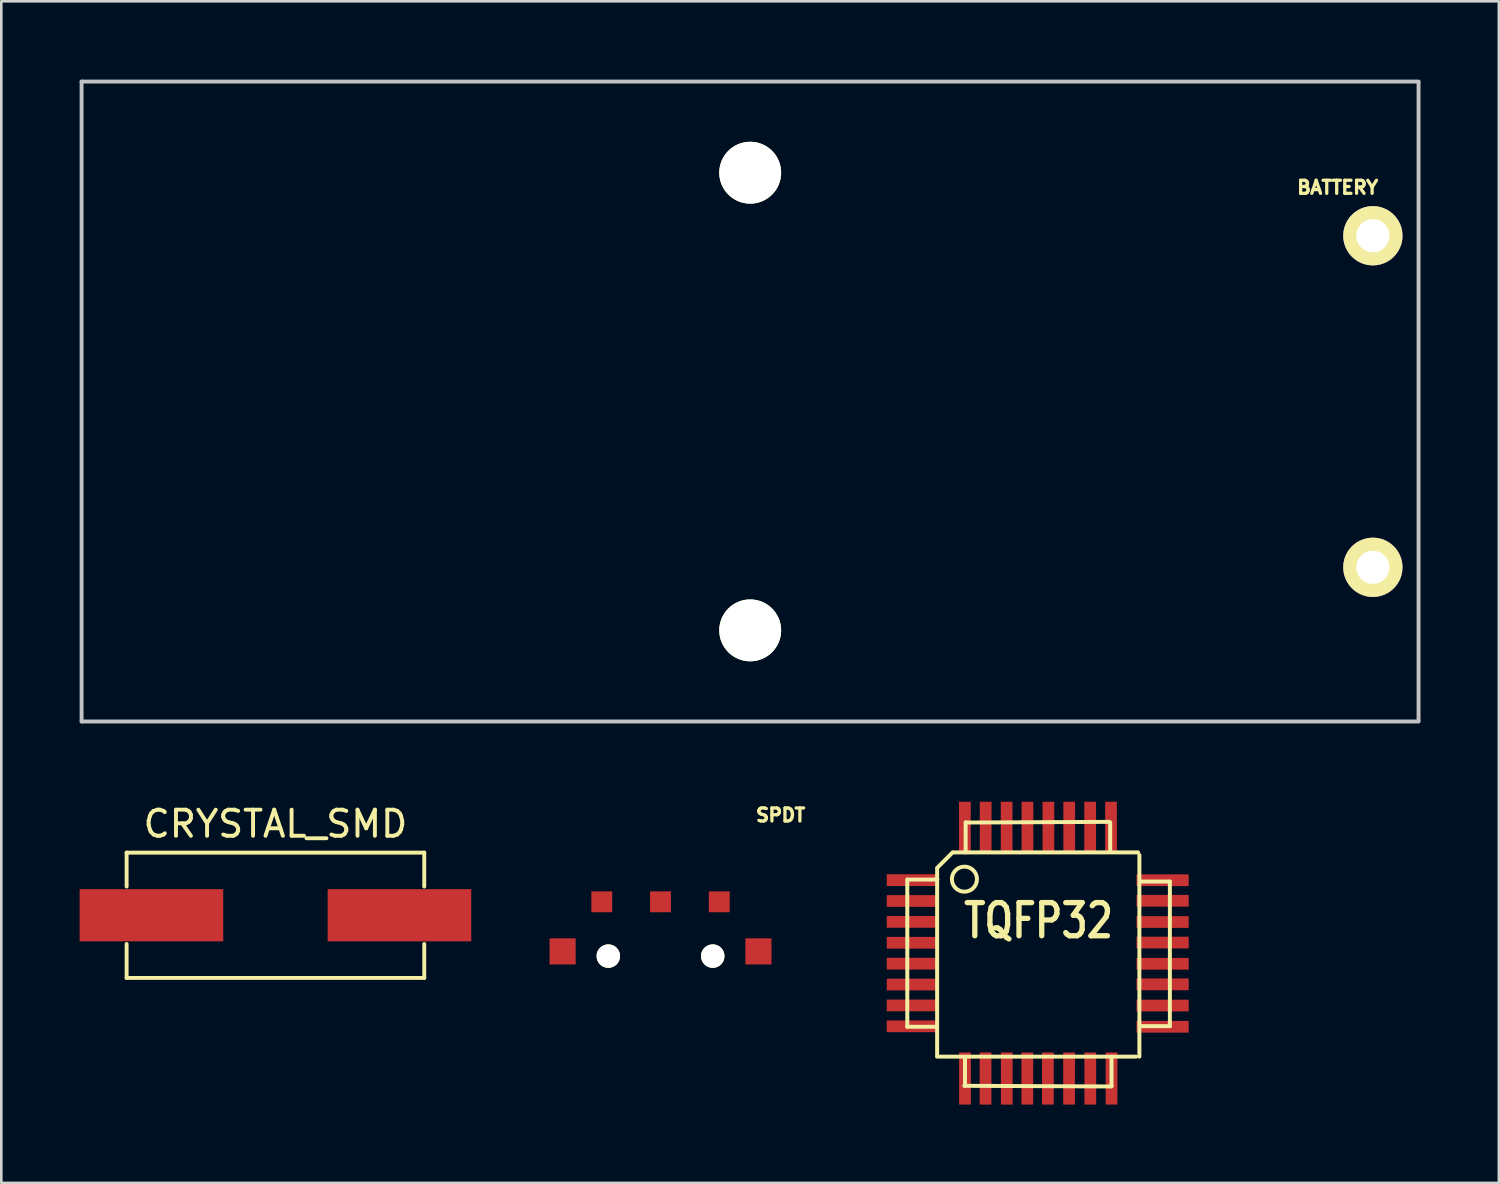
<source format=kicad_pcb>
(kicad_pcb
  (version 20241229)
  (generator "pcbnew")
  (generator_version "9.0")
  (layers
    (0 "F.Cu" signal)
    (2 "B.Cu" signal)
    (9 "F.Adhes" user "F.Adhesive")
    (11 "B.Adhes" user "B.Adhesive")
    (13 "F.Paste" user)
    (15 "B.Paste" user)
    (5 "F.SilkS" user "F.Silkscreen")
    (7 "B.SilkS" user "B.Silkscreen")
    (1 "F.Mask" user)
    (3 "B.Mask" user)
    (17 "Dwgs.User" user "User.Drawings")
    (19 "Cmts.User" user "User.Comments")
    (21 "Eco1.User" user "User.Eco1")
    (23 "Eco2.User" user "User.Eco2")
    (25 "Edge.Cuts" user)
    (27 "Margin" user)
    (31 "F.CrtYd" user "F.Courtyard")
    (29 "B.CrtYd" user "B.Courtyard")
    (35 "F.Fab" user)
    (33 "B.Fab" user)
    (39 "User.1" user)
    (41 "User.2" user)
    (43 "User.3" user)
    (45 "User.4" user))
  (footprint "TQFP32"
    (layer "F.Cu")
    (at 36.731 33.485)
    (property "Reference" "TQFP32" (at 0 -1.27 0) (layer "F.SilkS") (effects (font (size 1.27 1.016) (thickness 0.203))))
    (attr through_hole)
    (fp_line (start -5.029 -2.845) (end -5.029 2.794) (stroke (width 0.152) (type solid)) (layer "F.SilkS"))
    (fp_line (start -5.029 2.794) (end -3.886 2.794) (stroke (width 0.152) (type solid)) (layer "F.SilkS"))
    (fp_line (start -5.024 -2.845) (end -3.876 -2.845) (stroke (width 0.152) (type solid)) (layer "F.SilkS"))
    (fp_line (start -3.886 -3.277) (end -3.886 3.912) (stroke (width 0.152) (type solid)) (layer "F.SilkS"))
    (fp_line (start -3.886 3.937) (end 3.734 3.937) (stroke (width 0.152) (type solid)) (layer "F.SilkS"))
    (fp_line (start -3.876 -3.302) (end -3.292 -3.886) (stroke (width 0.152) (type solid)) (layer "F.SilkS"))
    (fp_line (start -3.251 -3.886) (end 3.81 -3.886) (stroke (width 0.152) (type solid)) (layer "F.SilkS"))
    (fp_line (start -2.845 5.055) (end 2.794 5.08) (stroke (width 0.152) (type solid)) (layer "F.SilkS"))
    (fp_line (start -2.819 3.988) (end -2.819 5.055) (stroke (width 0.152) (type solid)) (layer "F.SilkS"))
    (fp_line (start -2.794 -5.029) (end 2.718 -5.055) (stroke (width 0.152) (type solid)) (layer "F.SilkS"))
    (fp_line (start -2.794 -3.886) (end -2.794 -5.034) (stroke (width 0.152) (type solid)) (layer "F.SilkS"))
    (fp_line (start 2.743 -5.029) (end 2.743 -3.988) (stroke (width 0.152) (type solid)) (layer "F.SilkS"))
    (fp_line (start 2.794 3.962) (end 2.794 5.055) (stroke (width 0.152) (type solid)) (layer "F.SilkS"))
    (fp_line (start 3.861 3.937) (end 3.861 -3.785) (stroke (width 0.152) (type solid)) (layer "F.SilkS"))
    (fp_line (start 5.029 -2.769) (end 3.912 -2.769) (stroke (width 0.152) (type solid)) (layer "F.SilkS"))
    (fp_line (start 5.029 2.769) (end 3.886 2.769) (stroke (width 0.152) (type solid)) (layer "F.SilkS"))
    (fp_line (start 5.029 2.769) (end 5.029 -2.769) (stroke (width 0.152) (type solid)) (layer "F.SilkS"))
    (fp_circle (center -2.84 -2.86) (end -2.433 -2.606) (stroke (width 0.152) (type solid)) (fill no) (layer "F.SilkS"))
    (pad "1" smd rect (at -4.816 -2.824) (size 1.999 0.45) (layers "F.Cu" "F.Mask" "F.Paste"))
    (pad "2" smd rect (at -4.816 -2.024) (size 1.999 0.45) (layers "F.Cu" "F.Mask" "F.Paste"))
    (pad "3" smd rect (at -4.816 -1.224) (size 1.999 0.45) (layers "F.Cu" "F.Mask" "F.Paste"))
    (pad "4" smd rect (at -4.816 -0.424) (size 1.999 0.45) (layers "F.Cu" "F.Mask" "F.Paste"))
    (pad "5" smd rect (at -4.816 0.376) (size 1.999 0.45) (layers "F.Cu" "F.Mask" "F.Paste"))
    (pad "6" smd rect (at -4.816 1.176) (size 1.999 0.45) (layers "F.Cu" "F.Mask" "F.Paste"))
    (pad "7" smd rect (at -4.816 1.976) (size 1.999 0.45) (layers "F.Cu" "F.Mask" "F.Paste"))
    (pad "8" smd rect (at -4.816 2.776) (size 1.999 0.45) (layers "F.Cu" "F.Mask" "F.Paste"))
    (pad "9" smd rect (at -2.819 4.775) (size 0.45 1.999) (layers "F.Cu" "F.Mask" "F.Paste"))
    (pad "10" smd rect (at -2.032 4.775) (size 0.45 1.999) (layers "F.Cu" "F.Mask" "F.Paste"))
    (pad "11" smd rect (at -1.219 4.775) (size 0.45 1.999) (layers "F.Cu" "F.Mask" "F.Paste"))
    (pad "12" smd rect (at -0.432 4.775) (size 0.45 1.999) (layers "F.Cu" "F.Mask" "F.Paste"))
    (pad "13" smd rect (at 0.356 4.775) (size 0.45 1.999) (layers "F.Cu" "F.Mask" "F.Paste"))
    (pad "14" smd rect (at 1.168 4.775) (size 0.45 1.999) (layers "F.Cu" "F.Mask" "F.Paste"))
    (pad "15" smd rect (at 1.981 4.775) (size 0.45 1.999) (layers "F.Cu" "F.Mask" "F.Paste"))
    (pad "16" smd rect (at 2.794 4.775) (size 0.45 1.999) (layers "F.Cu" "F.Mask" "F.Paste"))
    (pad "17" smd rect (at 4.75 2.794) (size 1.999 0.45) (layers "F.Cu" "F.Mask" "F.Paste"))
    (pad "18" smd rect (at 4.75 1.981) (size 1.999 0.45) (layers "F.Cu" "F.Mask" "F.Paste"))
    (pad "19" smd rect (at 4.75 1.168) (size 1.999 0.45) (layers "F.Cu" "F.Mask" "F.Paste"))
    (pad "20" smd rect (at 4.75 0.381) (size 1.999 0.45) (layers "F.Cu" "F.Mask" "F.Paste"))
    (pad "21" smd rect (at 4.75 -0.432) (size 1.999 0.45) (layers "F.Cu" "F.Mask" "F.Paste"))
    (pad "22" smd rect (at 4.75 -1.219) (size 1.999 0.45) (layers "F.Cu" "F.Mask" "F.Paste"))
    (pad "23" smd rect (at 4.75 -2.032) (size 1.999 0.45) (layers "F.Cu" "F.Mask" "F.Paste"))
    (pad "24" smd rect (at 4.75 -2.819) (size 1.999 0.45) (layers "F.Cu" "F.Mask" "F.Paste"))
    (pad "25" smd rect (at 2.774 -4.826) (size 0.45 1.999) (layers "F.Cu" "F.Mask" "F.Paste"))
    (pad "26" smd rect (at 1.976 -4.826) (size 0.45 1.999) (layers "F.Cu" "F.Mask" "F.Paste"))
    (pad "27" smd rect (at 1.173 -4.826) (size 0.45 1.999) (layers "F.Cu" "F.Mask" "F.Paste"))
    (pad "28" smd rect (at 0.376 -4.826) (size 0.45 1.999) (layers "F.Cu" "F.Mask" "F.Paste"))
    (pad "29" smd rect (at -0.427 -4.826) (size 0.45 1.999) (layers "F.Cu" "F.Mask" "F.Paste"))
    (pad "30" smd rect (at -1.224 -4.826) (size 0.45 1.999) (layers "F.Cu" "F.Mask" "F.Paste"))
    (pad "31" smd rect (at -2.027 -4.826) (size 0.45 1.999) (layers "F.Cu" "F.Mask" "F.Paste"))
    (pad "32" smd rect (at -2.824 -4.826) (size 0.45 1.999) (layers "F.Cu" "F.Mask" "F.Paste")))
  (footprint "CRYSTAL_SMD"
    (layer "F.Cu")
    (at 7.5 32.008)
    (property "Reference" "CRYSTAL_SMD" (at 0 -3.5 0) (layer "F.SilkS") (effects (font (size 1 1) (thickness 0.15))))
    (attr through_hole)
    (fp_line (start -5.7 -2.4) (end -5.7 -1.1) (stroke (width 0.15) (type solid)) (layer "F.SilkS"))
    (fp_line (start -5.7 -2.4) (end 5.7 -2.4) (stroke (width 0.15) (type solid)) (layer "F.SilkS"))
    (fp_line (start -5.7 2.4) (end -5.7 1.1) (stroke (width 0.15) (type solid)) (layer "F.SilkS"))
    (fp_line (start -5.7 2.4) (end 5.7 2.4) (stroke (width 0.15) (type solid)) (layer "F.SilkS"))
    (fp_line (start 5.7 -2.4) (end 5.7 -1.1) (stroke (width 0.15) (type solid)) (layer "F.SilkS"))
    (fp_line (start 5.7 2.4) (end 5.7 1.1) (stroke (width 0.15) (type solid)) (layer "F.SilkS"))
    (pad "1" smd rect (at -4.75 0) (size 5.5 2) (layers "F.Cu" "F.Mask" "F.Paste"))
    (pad "2" smd rect (at 4.75 0) (size 5.5 2) (layers "F.Cu" "F.Mask" "F.Paste")))
  (footprint "BATTERY"
    (layer "F.Cu")
    (at 25.685 12.33)
    (property "Reference" "BATTERY" (at 22.5 -8.2 0) (layer "F.SilkS") (effects (font (size 0.5 0.5) (thickness 0.125))))
    (attr through_hole)
    (fp_line (start -25.61 -12.255) (end -25.61 12.255) (stroke (width 0.15) (type solid)) (layer "Dwgs.User"))
    (fp_line (start 25.6 -12.255) (end -25.61 -12.255) (stroke (width 0.15) (type solid)) (layer "Dwgs.User"))
    (fp_line (start 25.6 12.225) (end 25.6 -12.225) (stroke (width 0.15) (type solid)) (layer "Dwgs.User"))
    (fp_line (start 25.6 12.255) (end -25.61 12.255) (stroke (width 0.15) (type solid)) (layer "Dwgs.User"))
    (pad "" np_thru_hole circle (at 0 -8.765) (size 2.37 2.37) (drill 2.37) (layers "*.Cu" "*.Mask" "F.SilkS"))
    (pad "" np_thru_hole circle (at 0 8.765) (size 2.37 2.37) (drill 2.37) (layers "*.Cu" "*.Mask" "F.SilkS"))
    (pad "1" thru_hole circle (at 23.85 6.35) (size 2.27 2.27) (drill 1.27) (layers "*.Cu" "*.Mask" "F.SilkS"))
    (pad "2" thru_hole circle (at 23.85 -6.35) (size 2.27 2.27) (drill 1.27) (layers "*.Cu" "*.Mask" "F.SilkS")))
  (footprint "SPDT"
    (layer "F.Cu")
    (at 22.25 33.572)
    (property "Reference" "SPDT" (at 4.6 -5.4 0) (layer "F.SilkS") (effects (font (size 0.5 0.5) (thickness 0.125))))
    (attr through_hole)
    (pad "" smd rect (at -3.75 -0.18) (size 1 1) (layers "F.Cu" "F.Mask" "F.Paste"))
    (pad "" np_thru_hole circle (at -2 0) (size 0.9 0.9) (drill 0.9) (layers "*.Cu" "*.Mask" "F.SilkS"))
    (pad "" np_thru_hole circle (at 2 0) (size 0.9 0.9) (drill 0.9) (layers "*.Cu" "*.Mask" "F.SilkS"))
    (pad "" smd rect (at 3.75 -0.18) (size 1 1) (layers "F.Cu" "F.Mask" "F.Paste"))
    (pad "1" smd rect (at -2.25 -2.08) (size 0.8 0.8) (layers "F.Cu" "F.Mask" "F.Paste"))
    (pad "2" smd rect (at 0 -2.08) (size 0.8 0.8) (layers "F.Cu" "F.Mask" "F.Paste"))
    (pad "3" smd rect (at 2.25 -2.08) (size 0.8 0.8) (layers "F.Cu" "F.Mask" "F.Paste")))
  (gr_rect
    (start -3 -3)
    (end 54.36 42.26)
    (stroke (width 0.1) (type default))
    (fill no)
    (layer "Edge.Cuts")))
</source>
